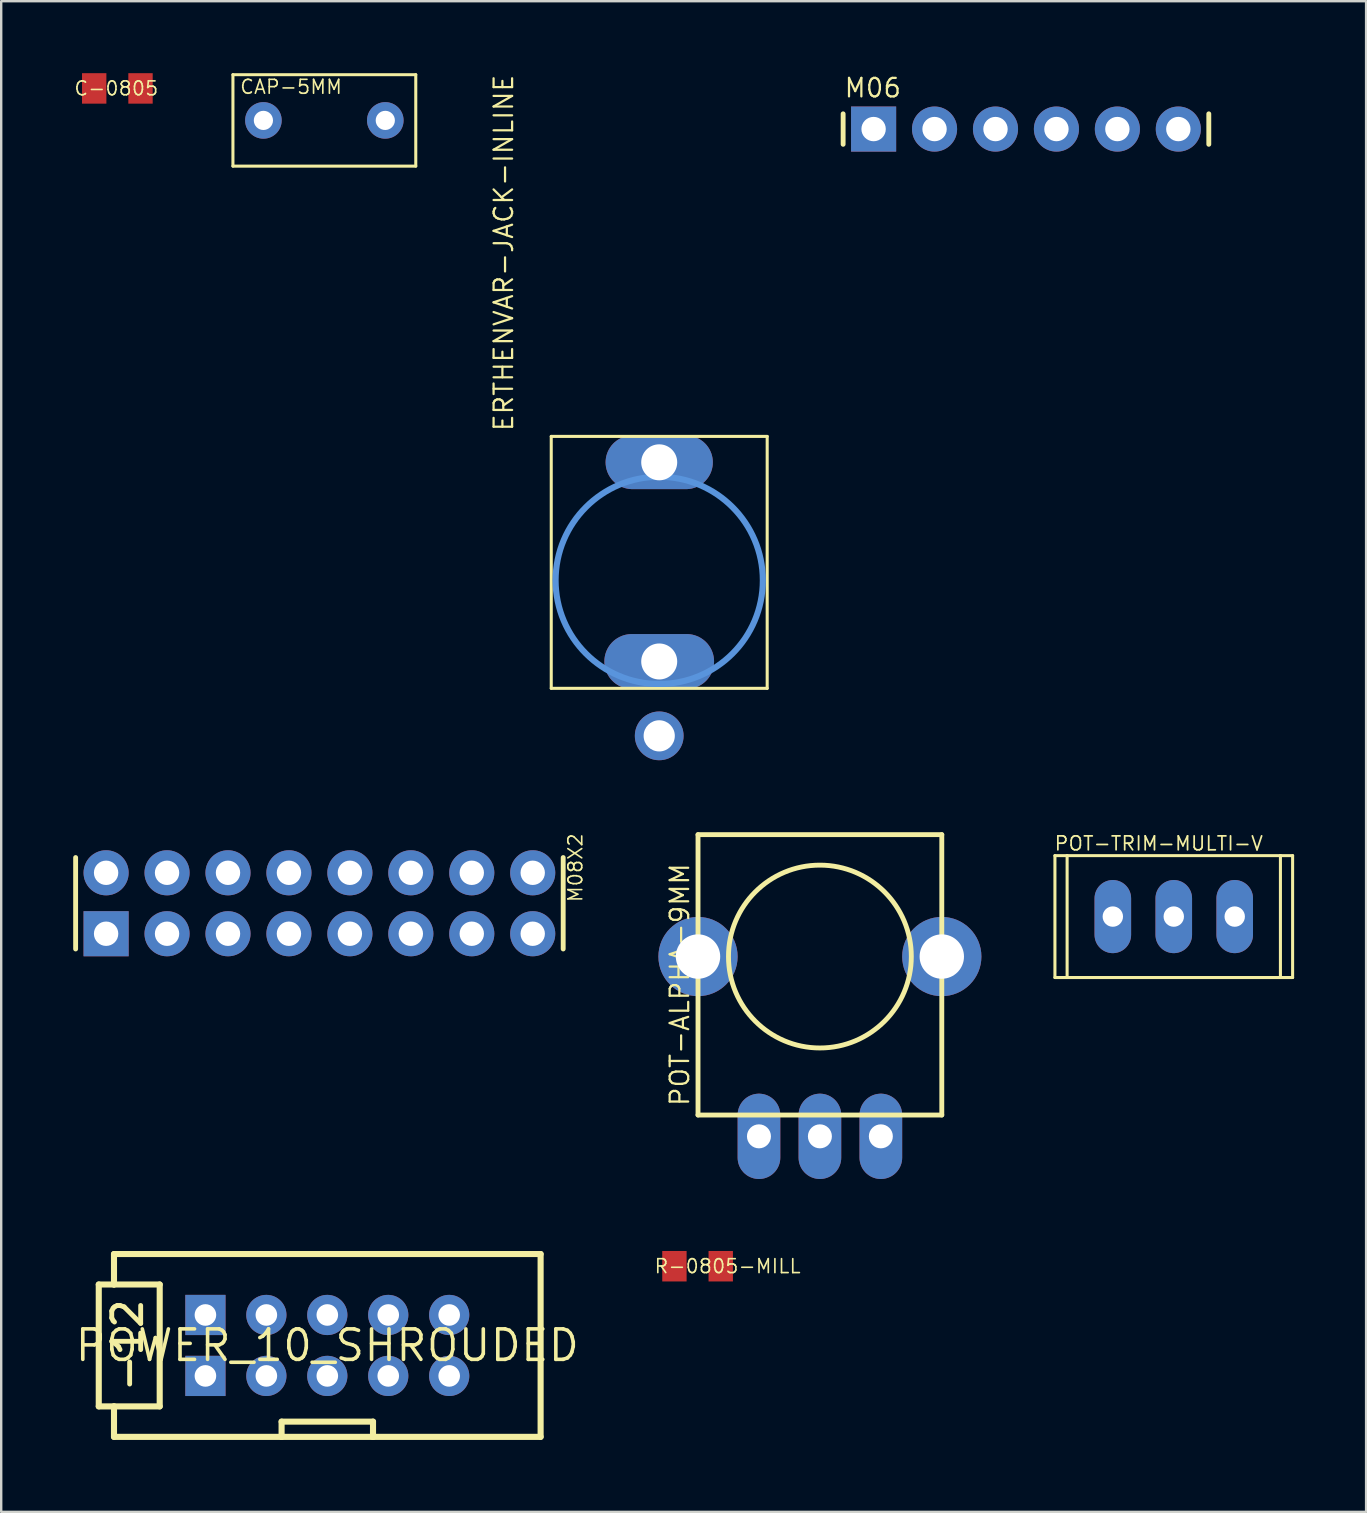
<source format=kicad_pcb>
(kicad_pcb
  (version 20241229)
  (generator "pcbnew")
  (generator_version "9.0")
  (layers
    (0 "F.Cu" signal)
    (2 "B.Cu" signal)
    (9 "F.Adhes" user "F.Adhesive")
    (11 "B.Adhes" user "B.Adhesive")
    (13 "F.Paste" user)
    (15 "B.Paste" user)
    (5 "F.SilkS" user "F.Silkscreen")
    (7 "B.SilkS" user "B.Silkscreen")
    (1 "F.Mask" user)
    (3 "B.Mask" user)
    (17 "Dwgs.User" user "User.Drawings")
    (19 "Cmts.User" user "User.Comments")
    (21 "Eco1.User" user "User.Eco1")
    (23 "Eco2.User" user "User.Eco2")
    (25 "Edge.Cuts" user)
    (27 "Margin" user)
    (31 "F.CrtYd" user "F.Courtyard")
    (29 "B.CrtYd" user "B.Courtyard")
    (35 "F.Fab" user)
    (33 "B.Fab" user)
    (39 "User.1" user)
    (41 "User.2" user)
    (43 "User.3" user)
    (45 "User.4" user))
  (footprint "R-0805-MILL"
    (layer "F.Cu")
    (at 26.023 49.722)
    (property "Reference" "R-0805-MILL" (at -1.841 0 0) (layer "F.SilkS") (effects (font (size 0.579 0.579) (thickness 0.069)) (justify left)))
    (attr through_hole)
    (pad "P$1" smd rect (at -0.965 0 90) (size 1.27 1.016) (layers "F.Cu" "F.Mask" "F.Paste"))
    (pad "P$2" smd rect (at 0.965 0 90) (size 1.27 1.016) (layers "F.Cu" "F.Mask" "F.Paste")))
  (footprint "C-0805"
    (layer "F.Cu")
    (at 1.841 0.635)
    (property "Reference" "C-0805" (at -1.841 0 0) (layer "F.SilkS") (effects (font (size 0.579 0.579) (thickness 0.069)) (justify left)))
    (attr through_hole)
    (pad "1" smd rect (at -0.965 0 90) (size 1.27 1.016) (layers "F.Cu" "F.Mask" "F.Paste"))
    (pad "2" smd rect (at 0.965 0 90) (size 1.27 1.016) (layers "F.Cu" "F.Mask" "F.Paste")))
  (footprint "POWER_10_SHROUDED"
    (layer "F.Cu")
    (at 10.591 53.024)
    (property "Reference" "POWER_10_SHROUDED" (at 0 0 0) (layer "F.SilkS") (effects (font (size 1.27 1.27) (thickness 0.15))))
    (attr through_hole)
    (fp_line (start -9.525 -2.54) (end -8.89 -2.54) (stroke (width 0.254) (type solid)) (layer "F.SilkS"))
    (fp_line (start -9.525 2.54) (end -9.525 -2.54) (stroke (width 0.254) (type solid)) (layer "F.SilkS"))
    (fp_line (start -8.89 -3.81) (end -8.89 -2.54) (stroke (width 0.254) (type solid)) (layer "F.SilkS"))
    (fp_line (start -8.89 -2.54) (end -6.985 -2.54) (stroke (width 0.254) (type solid)) (layer "F.SilkS"))
    (fp_line (start -8.89 2.54) (end -9.525 2.54) (stroke (width 0.254) (type solid)) (layer "F.SilkS"))
    (fp_line (start -8.89 2.54) (end -8.89 3.81) (stroke (width 0.254) (type solid)) (layer "F.SilkS"))
    (fp_line (start -8.89 3.81) (end -1.905 3.81) (stroke (width 0.254) (type solid)) (layer "F.SilkS"))
    (fp_line (start -6.985 -2.54) (end -6.985 2.54) (stroke (width 0.254) (type solid)) (layer "F.SilkS"))
    (fp_line (start -6.985 2.54) (end -8.89 2.54) (stroke (width 0.254) (type solid)) (layer "F.SilkS"))
    (fp_line (start -1.905 3.175) (end 1.905 3.175) (stroke (width 0.254) (type solid)) (layer "F.SilkS"))
    (fp_line (start -1.905 3.81) (end -1.905 3.175) (stroke (width 0.254) (type solid)) (layer "F.SilkS"))
    (fp_line (start -1.905 3.81) (end 1.905 3.81) (stroke (width 0.254) (type solid)) (layer "F.SilkS"))
    (fp_line (start 1.905 3.175) (end 1.905 3.81) (stroke (width 0.254) (type solid)) (layer "F.SilkS"))
    (fp_line (start 1.905 3.81) (end 8.89 3.81) (stroke (width 0.254) (type solid)) (layer "F.SilkS"))
    (fp_line (start 8.89 -3.81) (end -8.89 -3.81) (stroke (width 0.254) (type solid)) (layer "F.SilkS"))
    (fp_line (start 8.89 3.81) (end 8.89 -3.81) (stroke (width 0.254) (type solid)) (layer "F.SilkS"))
    (fp_poly (pts (xy -5.334 -1.016) (xy -4.826 -1.016) (xy -4.826 -1.524) (xy -5.334 -1.524)) (stroke (width 0.1) (type solid)) (fill no) (layer "F.Fab"))
    (fp_poly (pts (xy -5.334 1.524) (xy -4.826 1.524) (xy -4.826 1.016) (xy -5.334 1.016)) (stroke (width 0.1) (type solid)) (fill no) (layer "F.Fab"))
    (fp_poly (pts (xy -2.794 -1.016) (xy -2.286 -1.016) (xy -2.286 -1.524) (xy -2.794 -1.524)) (stroke (width 0.1) (type solid)) (fill no) (layer "F.Fab"))
    (fp_poly (pts (xy -2.794 1.524) (xy -2.286 1.524) (xy -2.286 1.016) (xy -2.794 1.016)) (stroke (width 0.1) (type solid)) (fill no) (layer "F.Fab"))
    (fp_poly (pts (xy -0.254 -1.016) (xy 0.254 -1.016) (xy 0.254 -1.524) (xy -0.254 -1.524)) (stroke (width 0.1) (type solid)) (fill no) (layer "F.Fab"))
    (fp_poly (pts (xy -0.254 1.524) (xy 0.254 1.524) (xy 0.254 1.016) (xy -0.254 1.016)) (stroke (width 0.1) (type solid)) (fill no) (layer "F.Fab"))
    (fp_poly (pts (xy 2.286 -1.016) (xy 2.794 -1.016) (xy 2.794 -1.524) (xy 2.286 -1.524)) (stroke (width 0.1) (type solid)) (fill no) (layer "F.Fab"))
    (fp_poly (pts (xy 2.286 1.524) (xy 2.794 1.524) (xy 2.794 1.016) (xy 2.286 1.016)) (stroke (width 0.1) (type solid)) (fill no) (layer "F.Fab"))
    (fp_poly (pts (xy 4.826 -1.016) (xy 5.334 -1.016) (xy 5.334 -1.524) (xy 4.826 -1.524)) (stroke (width 0.1) (type solid)) (fill no) (layer "F.Fab"))
    (fp_poly (pts (xy 4.826 1.524) (xy 5.334 1.524) (xy 5.334 1.016) (xy 4.826 1.016)) (stroke (width 0.1) (type solid)) (fill no) (layer "F.Fab"))
    (fp_text user "-12" (at -7.62 0 90) (layer "F.SilkS") (effects (font (size 1.206 1.206) (thickness 0.203)) (justify bottom)))
    (pad "1" thru_hole rect (at -5.08 1.27) (size 1.676 1.676) (drill 0.9) (layers "*.Cu" "*.Mask"))
    (pad "2" thru_hole rect (at -5.08 -1.27) (size 1.676 1.676) (drill 0.9) (layers "*.Cu" "*.Mask"))
    (pad "3" thru_hole circle (at -2.54 1.27) (size 1.676 1.676) (drill 0.9) (layers "*.Cu" "*.Mask"))
    (pad "4" thru_hole circle (at -2.54 -1.27) (size 1.676 1.676) (drill 0.9) (layers "*.Cu" "*.Mask"))
    (pad "5" thru_hole circle (at 0 1.27) (size 1.676 1.676) (drill 0.9) (layers "*.Cu" "*.Mask"))
    (pad "6" thru_hole circle (at 0 -1.27) (size 1.676 1.676) (drill 0.9) (layers "*.Cu" "*.Mask"))
    (pad "7" thru_hole circle (at 2.54 1.27) (size 1.676 1.676) (drill 0.9) (layers "*.Cu" "*.Mask"))
    (pad "8" thru_hole circle (at 2.54 -1.27) (size 1.676 1.676) (drill 0.9) (layers "*.Cu" "*.Mask"))
    (pad "9" thru_hole circle (at 5.08 1.27) (size 1.676 1.676) (drill 0.9) (layers "*.Cu" "*.Mask"))
    (pad "10" thru_hole circle (at 5.08 -1.27) (size 1.676 1.676) (drill 0.9) (layers "*.Cu" "*.Mask")))
  (footprint "POT-ALPHA-9MM"
    (layer "F.Cu")
    (at 31.121 36.816)
    (property "Reference" "POT-ALPHA-9MM" (at -5.842 6.287 90) (layer "F.SilkS") (effects (font (size 0.772 0.772) (thickness 0.093)) (justify left)))
    (attr through_hole)
    (fp_line (start -5.08 -5.08) (end -5.08 6.604) (stroke (width 0.203) (type solid)) (layer "F.SilkS"))
    (fp_line (start -5.08 6.604) (end 5.08 6.604) (stroke (width 0.203) (type solid)) (layer "F.SilkS"))
    (fp_line (start 5.08 -5.08) (end -5.08 -5.08) (stroke (width 0.203) (type solid)) (layer "F.SilkS"))
    (fp_line (start 5.08 6.604) (end 5.08 -5.08) (stroke (width 0.203) (type solid)) (layer "F.SilkS"))
    (fp_circle (center 0 0) (end 3.81 0) (stroke (width 0.203) (type solid)) (fill no) (layer "F.SilkS"))
    (pad "A" thru_hole oval (at -2.54 7.493 90) (size 3.556 1.778) (drill 1) (layers "*.Cu" "*.Mask"))
    (pad "B" thru_hole oval (at 2.54 7.493 90) (size 3.556 1.778) (drill 1) (layers "*.Cu" "*.Mask"))
    (pad "MNT1" thru_hole circle (at -5.08 0) (size 3.302 3.302) (drill 1.85) (layers "*.Cu" "*.Mask"))
    (pad "MNT2" thru_hole circle (at 5.08 0 90) (size 3.302 3.302) (drill 1.85) (layers "*.Cu" "*.Mask"))
    (pad "W" thru_hole oval (at 0 7.493 90) (size 3.556 1.778) (drill 1) (layers "*.Cu" "*.Mask")))
  (footprint "M06"
    (layer "F.Cu")
    (at 33.359 2.329)
    (property "Reference" "M06" (at -1.27 -1.714 180) (layer "F.SilkS") (effects (font (size 0.772 0.772) (thickness 0.093)) (justify left)))
    (attr through_hole)
    (fp_line (start -1.27 -0.635) (end -1.27 0.635) (stroke (width 0.203) (type solid)) (layer "F.SilkS"))
    (fp_line (start 13.97 -0.635) (end 13.97 0.635) (stroke (width 0.203) (type solid)) (layer "F.SilkS"))
    (pad "1" thru_hole rect (at 0 0) (size 1.88 1.88) (drill 1.016) (layers "*.Cu" "*.Mask"))
    (pad "2" thru_hole circle (at 2.54 0) (size 1.88 1.88) (drill 1.016) (layers "*.Cu" "*.Mask"))
    (pad "3" thru_hole circle (at 5.08 0) (size 1.88 1.88) (drill 1.016) (layers "*.Cu" "*.Mask"))
    (pad "4" thru_hole circle (at 7.62 0) (size 1.88 1.88) (drill 1.016) (layers "*.Cu" "*.Mask"))
    (pad "5" thru_hole circle (at 10.16 0) (size 1.88 1.88) (drill 1.016) (layers "*.Cu" "*.Mask"))
    (pad "6" thru_hole circle (at 12.7 0) (size 1.88 1.88) (drill 1.016) (layers "*.Cu" "*.Mask")))
  (footprint "ERTHENVAR-JACK-INLINE"
    (layer "F.Cu")
    (at 24.424 21.138)
    (property "Reference" "ERTHENVAR-JACK-INLINE" (at -6.032 -6.16 270) (layer "F.SilkS") (effects (font (size 0.772 0.772) (thickness 0.093)) (justify left bottom)))
    (attr through_hole)
    (fp_line (start -4.5 -6) (end -4.5 4.5) (stroke (width 0.127) (type solid)) (layer "F.SilkS"))
    (fp_line (start -4.5 -6) (end 4.5 -6) (stroke (width 0.127) (type solid)) (layer "F.SilkS"))
    (fp_line (start -4.5 4.5) (end 4.5 4.5) (stroke (width 0.127) (type solid)) (layer "F.SilkS"))
    (fp_line (start 4.5 -6) (end 4.5 4.5) (stroke (width 0.127) (type solid)) (layer "F.SilkS"))
    (fp_circle (center 0 0) (end 4.318 0) (stroke (width 0.254) (type solid)) (fill no) (layer "Cmts.User"))
    (pad "G" thru_hole circle (at 0 6.48) (size 2.032 2.032) (drill 1.3) (layers "*.Cu" "*.Mask"))
    (pad "N" thru_hole oval (at 0 3.38 180) (size 4.572 2.286) (drill 1.5) (layers "*.Cu" "*.Mask"))
    (pad "T" thru_hole oval (at 0 -4.92) (size 4.47 2.235) (drill 1.5) (layers "*.Cu" "*.Mask")))
  (footprint "POT-TRIM-MULTI-V"
    (layer "F.Cu")
    (at 45.869 35.15)
    (property "Reference" "POT-TRIM-MULTI-V" (at -5.016 -3.048 0) (layer "F.SilkS") (effects (font (size 0.579 0.579) (thickness 0.073)) (justify left)))
    (attr through_hole)
    (fp_line (start -4.953 -2.54) (end -4.445 -2.54) (stroke (width 0.127) (type solid)) (layer "F.SilkS"))
    (fp_line (start -4.953 2.54) (end -4.953 -2.54) (stroke (width 0.127) (type solid)) (layer "F.SilkS"))
    (fp_line (start -4.445 -2.54) (end 4.445 -2.54) (stroke (width 0.127) (type solid)) (layer "F.SilkS"))
    (fp_line (start -4.445 2.54) (end -4.953 2.54) (stroke (width 0.127) (type solid)) (layer "F.SilkS"))
    (fp_line (start -4.445 2.54) (end -4.445 -2.54) (stroke (width 0.127) (type solid)) (layer "F.SilkS"))
    (fp_line (start 4.445 -2.54) (end 4.953 -2.54) (stroke (width 0.127) (type solid)) (layer "F.SilkS"))
    (fp_line (start 4.445 2.54) (end -4.445 2.54) (stroke (width 0.127) (type solid)) (layer "F.SilkS"))
    (fp_line (start 4.445 2.54) (end 4.445 -2.54) (stroke (width 0.127) (type solid)) (layer "F.SilkS"))
    (fp_line (start 4.953 -2.54) (end 4.953 2.54) (stroke (width 0.127) (type solid)) (layer "F.SilkS"))
    (fp_line (start 4.953 2.54) (end 4.445 2.54) (stroke (width 0.127) (type solid)) (layer "F.SilkS"))
    (pad "A" thru_hole oval (at -2.54 0 90) (size 3.048 1.524) (drill 0.85) (layers "*.Cu" "*.Mask"))
    (pad "B" thru_hole oval (at 2.54 0 90) (size 3.048 1.524) (drill 0.85) (layers "*.Cu" "*.Mask"))
    (pad "W" thru_hole oval (at 0 0 90) (size 3.048 1.524) (drill 0.85) (layers "*.Cu" "*.Mask")))
  (footprint "CAP-5MM"
    (layer "F.Cu")
    (at 10.468 1.968)
    (property "Reference" "CAP-5MM" (at -3.556 -1.397 0) (layer "F.SilkS") (effects (font (size 0.579 0.579) (thickness 0.069)) (justify left)))
    (attr through_hole)
    (fp_line (start -3.81 -1.905) (end 3.81 -1.905) (stroke (width 0.127) (type solid)) (layer "F.SilkS"))
    (fp_line (start -3.81 1.905) (end -3.81 -1.905) (stroke (width 0.127) (type solid)) (layer "F.SilkS"))
    (fp_line (start 3.81 -1.905) (end 3.81 1.905) (stroke (width 0.127) (type solid)) (layer "F.SilkS"))
    (fp_line (start 3.81 1.905) (end -3.81 1.905) (stroke (width 0.127) (type solid)) (layer "F.SilkS"))
    (pad "1" thru_hole circle (at -2.54 0) (size 1.524 1.524) (drill 0.8) (layers "*.Cu" "*.Mask"))
    (pad "2" thru_hole circle (at 2.54 0) (size 1.524 1.524) (drill 0.8) (layers "*.Cu" "*.Mask")))
  (footprint "M08X2"
    (layer "F.Cu")
    (at 1.372 35.865)
    (property "Reference" "M08X2" (at 19.558 -1.27 90) (layer "F.SilkS") (effects (font (size 0.579 0.579) (thickness 0.069)) (justify left)))
    (attr through_hole)
    (fp_line (start -1.27 -3.175) (end -1.27 0.635) (stroke (width 0.203) (type solid)) (layer "F.SilkS"))
    (fp_line (start 19.05 -3.175) (end 19.05 0.635) (stroke (width 0.203) (type solid)) (layer "F.SilkS"))
    (pad "1" thru_hole rect (at 0 0) (size 1.88 1.88) (drill 1.016) (layers "*.Cu" "*.Mask"))
    (pad "2" thru_hole circle (at 0 -2.54) (size 1.88 1.88) (drill 1.016) (layers "*.Cu" "*.Mask"))
    (pad "3" thru_hole circle (at 2.54 0) (size 1.88 1.88) (drill 1.016) (layers "*.Cu" "*.Mask"))
    (pad "4" thru_hole circle (at 2.54 -2.54) (size 1.88 1.88) (drill 1.016) (layers "*.Cu" "*.Mask"))
    (pad "5" thru_hole circle (at 5.08 0) (size 1.88 1.88) (drill 1.016) (layers "*.Cu" "*.Mask"))
    (pad "6" thru_hole circle (at 5.08 -2.54) (size 1.88 1.88) (drill 1.016) (layers "*.Cu" "*.Mask"))
    (pad "7" thru_hole circle (at 7.62 0) (size 1.88 1.88) (drill 1.016) (layers "*.Cu" "*.Mask"))
    (pad "8" thru_hole circle (at 7.62 -2.54) (size 1.88 1.88) (drill 1.016) (layers "*.Cu" "*.Mask"))
    (pad "9" thru_hole circle (at 10.16 0) (size 1.88 1.88) (drill 1.016) (layers "*.Cu" "*.Mask"))
    (pad "10" thru_hole circle (at 10.16 -2.54) (size 1.88 1.88) (drill 1.016) (layers "*.Cu" "*.Mask"))
    (pad "11" thru_hole circle (at 12.7 0) (size 1.88 1.88) (drill 1.016) (layers "*.Cu" "*.Mask"))
    (pad "12" thru_hole circle (at 12.7 -2.54) (size 1.88 1.88) (drill 1.016) (layers "*.Cu" "*.Mask"))
    (pad "13" thru_hole circle (at 15.24 0) (size 1.88 1.88) (drill 1.016) (layers "*.Cu" "*.Mask"))
    (pad "14" thru_hole circle (at 15.24 -2.54) (size 1.88 1.88) (drill 1.016) (layers "*.Cu" "*.Mask"))
    (pad "15" thru_hole circle (at 17.78 0) (size 1.88 1.88) (drill 1.016) (layers "*.Cu" "*.Mask"))
    (pad "16" thru_hole circle (at 17.78 -2.54) (size 1.88 1.88) (drill 1.016) (layers "*.Cu" "*.Mask")))
  (gr_rect
    (start -3 -3)
    (end 53.885 59.961)
    (stroke (width 0.1) (type default))
    (fill no)
    (layer "Edge.Cuts")))
</source>
